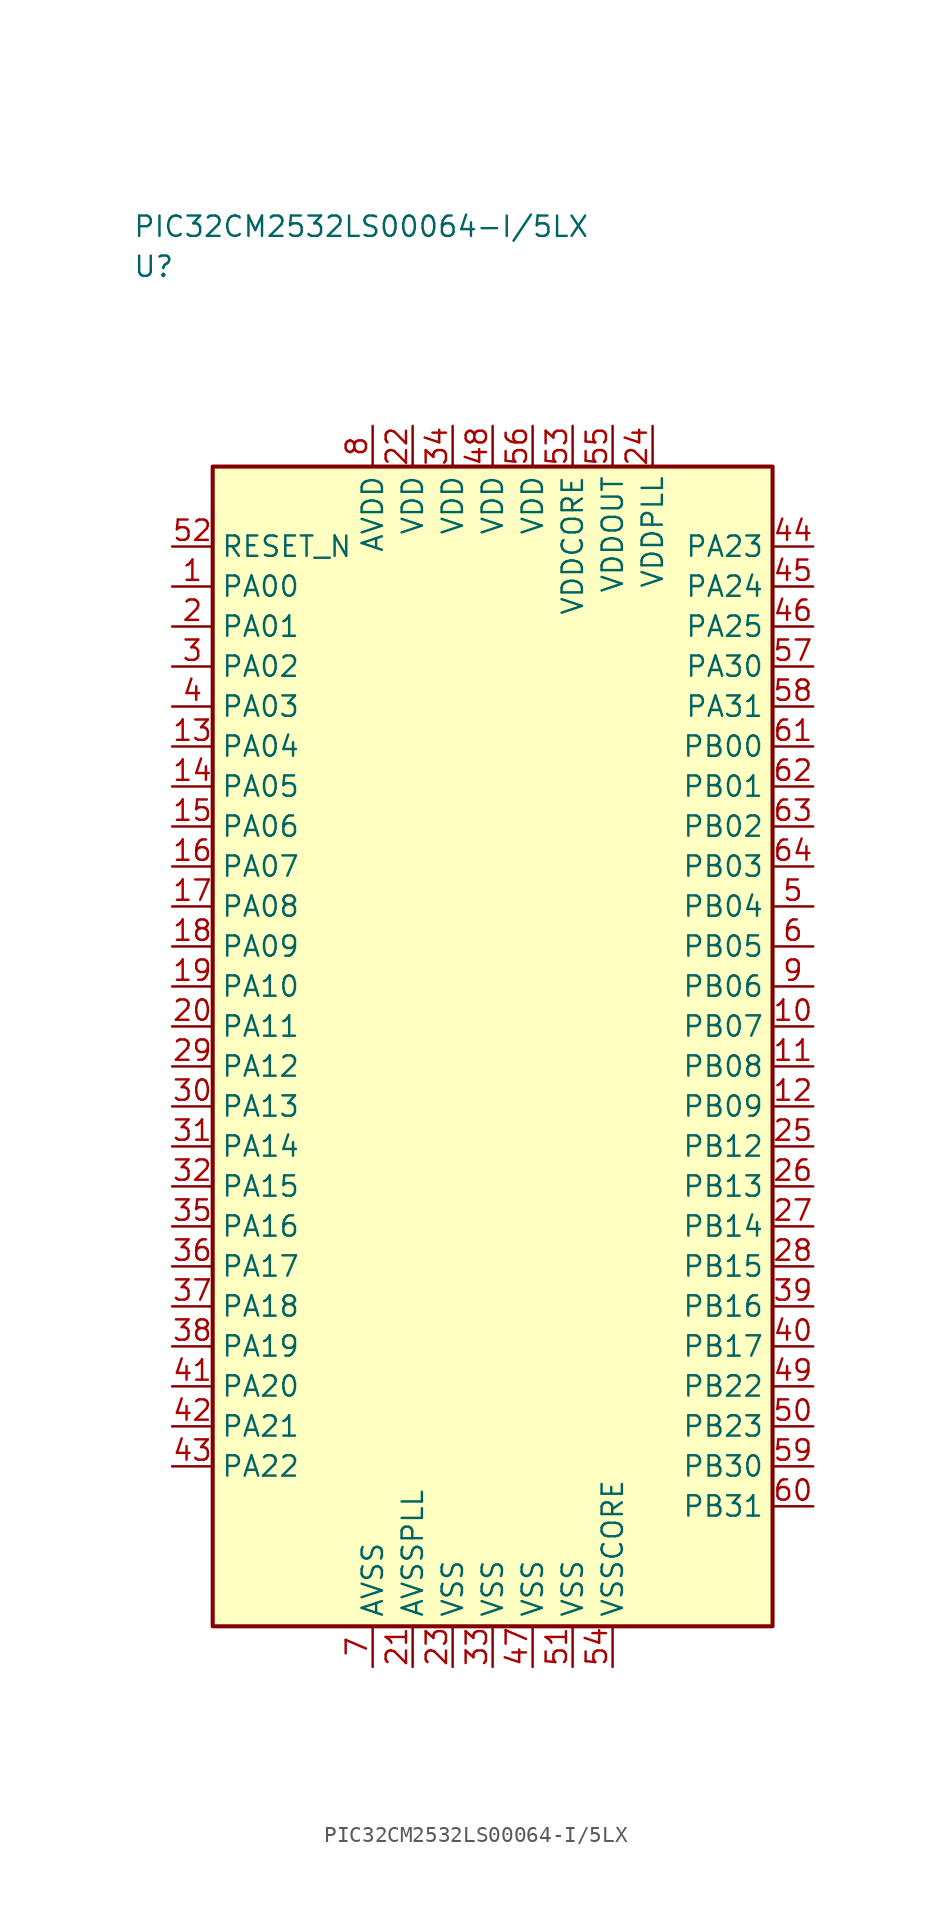
<source format=kicad_sym>
(kicad_symbol_lib
  (version 20241025)
  (generator "kicad_symbol_editor")
  (generator_version "8.0")
  (symbol "PIC32CM2532LS00064-I/5LX"
    (property "Reference" "U"
      (at -22.5 48.75 0)
      (effects (font (size 1.27 1.27)) (justify left)))
    (property "Value" "PIC32CM2532LS00064-I/5LX"
      (at -22.5 51.25 0)
      (effects (font (size 1.27 1.27)) (justify left)))
    (symbol "PIC32CM2532LS00064-I/5LX_0_1"
      (rectangle (start -17.5 36.25) (end 17.5 -36.25) (stroke (width 0.254) (type default)) (fill (type background))))
    (symbol "PIC32CM2532LS00064-I/5LX_1_1"
      (pin bidirectional line (at -20.04 28.75 0.0) (length 2.54) (name "PA00" (effects (font (size 1.27 1.27)))) (number "1" (effects (font (size 1.27 1.27)))))
      (pin bidirectional line (at -20.04 26.25 0.0) (length 2.54) (name "PA01" (effects (font (size 1.27 1.27)))) (number "2" (effects (font (size 1.27 1.27)))))
      (pin bidirectional line (at -20.04 23.75 0.0) (length 2.54) (name "PA02" (effects (font (size 1.27 1.27)))) (number "3" (effects (font (size 1.27 1.27)))))
      (pin bidirectional line (at -20.04 21.25 0.0) (length 2.54) (name "PA03" (effects (font (size 1.27 1.27)))) (number "4" (effects (font (size 1.27 1.27)))))
      (pin bidirectional line (at 20.04 8.75 180.0) (length 2.54) (name "PB04" (effects (font (size 1.27 1.27)))) (number "5" (effects (font (size 1.27 1.27)))))
      (pin bidirectional line (at 20.04 6.25 180.0) (length 2.54) (name "PB05" (effects (font (size 1.27 1.27)))) (number "6" (effects (font (size 1.27 1.27)))))
      (pin passive line (at -7.5 -38.79 90.0) (length 2.54) (name "AVSS" (effects (font (size 1.27 1.27)))) (number "7" (effects (font (size 1.27 1.27)))))
      (pin power_in line (at -7.5 38.79 270.0) (length 2.54) (name "AVDD" (effects (font (size 1.27 1.27)))) (number "8" (effects (font (size 1.27 1.27)))))
      (pin bidirectional line (at 20.04 3.75 180.0) (length 2.54) (name "PB06" (effects (font (size 1.27 1.27)))) (number "9" (effects (font (size 1.27 1.27)))))
      (pin bidirectional line (at 20.04 1.25 180.0) (length 2.54) (name "PB07" (effects (font (size 1.27 1.27)))) (number "10" (effects (font (size 1.27 1.27)))))
      (pin bidirectional line (at 20.04 -1.25 180.0) (length 2.54) (name "PB08" (effects (font (size 1.27 1.27)))) (number "11" (effects (font (size 1.27 1.27)))))
      (pin bidirectional line (at 20.04 -3.75 180.0) (length 2.54) (name "PB09" (effects (font (size 1.27 1.27)))) (number "12" (effects (font (size 1.27 1.27)))))
      (pin bidirectional line (at -20.04 18.75 0.0) (length 2.54) (name "PA04" (effects (font (size 1.27 1.27)))) (number "13" (effects (font (size 1.27 1.27)))))
      (pin bidirectional line (at -20.04 16.25 0.0) (length 2.54) (name "PA05" (effects (font (size 1.27 1.27)))) (number "14" (effects (font (size 1.27 1.27)))))
      (pin bidirectional line (at -20.04 13.75 0.0) (length 2.54) (name "PA06" (effects (font (size 1.27 1.27)))) (number "15" (effects (font (size 1.27 1.27)))))
      (pin bidirectional line (at -20.04 11.25 0.0) (length 2.54) (name "PA07" (effects (font (size 1.27 1.27)))) (number "16" (effects (font (size 1.27 1.27)))))
      (pin bidirectional line (at -20.04 8.75 0.0) (length 2.54) (name "PA08" (effects (font (size 1.27 1.27)))) (number "17" (effects (font (size 1.27 1.27)))))
      (pin bidirectional line (at -20.04 6.25 0.0) (length 2.54) (name "PA09" (effects (font (size 1.27 1.27)))) (number "18" (effects (font (size 1.27 1.27)))))
      (pin bidirectional line (at -20.04 3.75 0.0) (length 2.54) (name "PA10" (effects (font (size 1.27 1.27)))) (number "19" (effects (font (size 1.27 1.27)))))
      (pin bidirectional line (at -20.04 1.25 0.0) (length 2.54) (name "PA11" (effects (font (size 1.27 1.27)))) (number "20" (effects (font (size 1.27 1.27)))))
      (pin passive line (at -5.0 -38.79 90.0) (length 2.54) (name "AVSSPLL" (effects (font (size 1.27 1.27)))) (number "21" (effects (font (size 1.27 1.27)))))
      (pin power_in line (at -5.0 38.79 270.0) (length 2.54) (name "VDD" (effects (font (size 1.27 1.27)))) (number "22" (effects (font (size 1.27 1.27)))))
      (pin passive line (at -2.5 -38.79 90.0) (length 2.54) (name "VSS" (effects (font (size 1.27 1.27)))) (number "23" (effects (font (size 1.27 1.27)))))
      (pin power_in line (at 10.0 38.79 270.0) (length 2.54) (name "VDDPLL" (effects (font (size 1.27 1.27)))) (number "24" (effects (font (size 1.27 1.27)))))
      (pin bidirectional line (at 20.04 -6.25 180.0) (length 2.54) (name "PB12" (effects (font (size 1.27 1.27)))) (number "25" (effects (font (size 1.27 1.27)))))
      (pin bidirectional line (at 20.04 -8.75 180.0) (length 2.54) (name "PB13" (effects (font (size 1.27 1.27)))) (number "26" (effects (font (size 1.27 1.27)))))
      (pin bidirectional line (at 20.04 -11.25 180.0) (length 2.54) (name "PB14" (effects (font (size 1.27 1.27)))) (number "27" (effects (font (size 1.27 1.27)))))
      (pin bidirectional line (at 20.04 -13.75 180.0) (length 2.54) (name "PB15" (effects (font (size 1.27 1.27)))) (number "28" (effects (font (size 1.27 1.27)))))
      (pin bidirectional line (at -20.04 -1.25 0.0) (length 2.54) (name "PA12" (effects (font (size 1.27 1.27)))) (number "29" (effects (font (size 1.27 1.27)))))
      (pin bidirectional line (at -20.04 -3.75 0.0) (length 2.54) (name "PA13" (effects (font (size 1.27 1.27)))) (number "30" (effects (font (size 1.27 1.27)))))
      (pin bidirectional line (at -20.04 -6.25 0.0) (length 2.54) (name "PA14" (effects (font (size 1.27 1.27)))) (number "31" (effects (font (size 1.27 1.27)))))
      (pin bidirectional line (at -20.04 -8.75 0.0) (length 2.54) (name "PA15" (effects (font (size 1.27 1.27)))) (number "32" (effects (font (size 1.27 1.27)))))
      (pin passive line (at 0.0 -38.79 90.0) (length 2.54) (name "VSS" (effects (font (size 1.27 1.27)))) (number "33" (effects (font (size 1.27 1.27)))))
      (pin power_in line (at -2.5 38.79 270.0) (length 2.54) (name "VDD" (effects (font (size 1.27 1.27)))) (number "34" (effects (font (size 1.27 1.27)))))
      (pin bidirectional line (at -20.04 -11.25 0.0) (length 2.54) (name "PA16" (effects (font (size 1.27 1.27)))) (number "35" (effects (font (size 1.27 1.27)))))
      (pin bidirectional line (at -20.04 -13.75 0.0) (length 2.54) (name "PA17" (effects (font (size 1.27 1.27)))) (number "36" (effects (font (size 1.27 1.27)))))
      (pin bidirectional line (at -20.04 -16.25 0.0) (length 2.54) (name "PA18" (effects (font (size 1.27 1.27)))) (number "37" (effects (font (size 1.27 1.27)))))
      (pin bidirectional line (at -20.04 -18.75 0.0) (length 2.54) (name "PA19" (effects (font (size 1.27 1.27)))) (number "38" (effects (font (size 1.27 1.27)))))
      (pin bidirectional line (at 20.04 -16.25 180.0) (length 2.54) (name "PB16" (effects (font (size 1.27 1.27)))) (number "39" (effects (font (size 1.27 1.27)))))
      (pin bidirectional line (at 20.04 -18.75 180.0) (length 2.54) (name "PB17" (effects (font (size 1.27 1.27)))) (number "40" (effects (font (size 1.27 1.27)))))
      (pin bidirectional line (at -20.04 -21.25 0.0) (length 2.54) (name "PA20" (effects (font (size 1.27 1.27)))) (number "41" (effects (font (size 1.27 1.27)))))
      (pin bidirectional line (at -20.04 -23.75 0.0) (length 2.54) (name "PA21" (effects (font (size 1.27 1.27)))) (number "42" (effects (font (size 1.27 1.27)))))
      (pin bidirectional line (at -20.04 -26.25 0.0) (length 2.54) (name "PA22" (effects (font (size 1.27 1.27)))) (number "43" (effects (font (size 1.27 1.27)))))
      (pin bidirectional line (at 20.04 31.25 180.0) (length 2.54) (name "PA23" (effects (font (size 1.27 1.27)))) (number "44" (effects (font (size 1.27 1.27)))))
      (pin bidirectional line (at 20.04 28.75 180.0) (length 2.54) (name "PA24" (effects (font (size 1.27 1.27)))) (number "45" (effects (font (size 1.27 1.27)))))
      (pin bidirectional line (at 20.04 26.25 180.0) (length 2.54) (name "PA25" (effects (font (size 1.27 1.27)))) (number "46" (effects (font (size 1.27 1.27)))))
      (pin passive line (at 2.5 -38.79 90.0) (length 2.54) (name "VSS" (effects (font (size 1.27 1.27)))) (number "47" (effects (font (size 1.27 1.27)))))
      (pin power_in line (at 0.0 38.79 270.0) (length 2.54) (name "VDD" (effects (font (size 1.27 1.27)))) (number "48" (effects (font (size 1.27 1.27)))))
      (pin bidirectional line (at 20.04 -21.25 180.0) (length 2.54) (name "PB22" (effects (font (size 1.27 1.27)))) (number "49" (effects (font (size 1.27 1.27)))))
      (pin bidirectional line (at 20.04 -23.75 180.0) (length 2.54) (name "PB23" (effects (font (size 1.27 1.27)))) (number "50" (effects (font (size 1.27 1.27)))))
      (pin passive line (at 5.0 -38.79 90.0) (length 2.54) (name "VSS" (effects (font (size 1.27 1.27)))) (number "51" (effects (font (size 1.27 1.27)))))
      (pin input line (at -20.04 31.25 0.0) (length 2.54) (name "RESET_N" (effects (font (size 1.27 1.27)))) (number "52" (effects (font (size 1.27 1.27)))))
      (pin power_in line (at 5.0 38.79 270.0) (length 2.54) (name "VDDCORE" (effects (font (size 1.27 1.27)))) (number "53" (effects (font (size 1.27 1.27)))))
      (pin passive line (at 7.5 -38.79 90.0) (length 2.54) (name "VSSCORE" (effects (font (size 1.27 1.27)))) (number "54" (effects (font (size 1.27 1.27)))))
      (pin power_in line (at 7.5 38.79 270.0) (length 2.54) (name "VDDOUT" (effects (font (size 1.27 1.27)))) (number "55" (effects (font (size 1.27 1.27)))))
      (pin power_in line (at 2.5 38.79 270.0) (length 2.54) (name "VDD" (effects (font (size 1.27 1.27)))) (number "56" (effects (font (size 1.27 1.27)))))
      (pin bidirectional line (at 20.04 23.75 180.0) (length 2.54) (name "PA30" (effects (font (size 1.27 1.27)))) (number "57" (effects (font (size 1.27 1.27)))))
      (pin bidirectional line (at 20.04 21.25 180.0) (length 2.54) (name "PA31" (effects (font (size 1.27 1.27)))) (number "58" (effects (font (size 1.27 1.27)))))
      (pin bidirectional line (at 20.04 -26.25 180.0) (length 2.54) (name "PB30" (effects (font (size 1.27 1.27)))) (number "59" (effects (font (size 1.27 1.27)))))
      (pin bidirectional line (at 20.04 -28.75 180.0) (length 2.54) (name "PB31" (effects (font (size 1.27 1.27)))) (number "60" (effects (font (size 1.27 1.27)))))
      (pin bidirectional line (at 20.04 18.75 180.0) (length 2.54) (name "PB00" (effects (font (size 1.27 1.27)))) (number "61" (effects (font (size 1.27 1.27)))))
      (pin bidirectional line (at 20.04 16.25 180.0) (length 2.54) (name "PB01" (effects (font (size 1.27 1.27)))) (number "62" (effects (font (size 1.27 1.27)))))
      (pin bidirectional line (at 20.04 13.75 180.0) (length 2.54) (name "PB02" (effects (font (size 1.27 1.27)))) (number "63" (effects (font (size 1.27 1.27)))))
      (pin bidirectional line (at 20.04 11.25 180.0) (length 2.54) (name "PB03" (effects (font (size 1.27 1.27)))) (number "64" (effects (font (size 1.27 1.27))))))))
</source>
